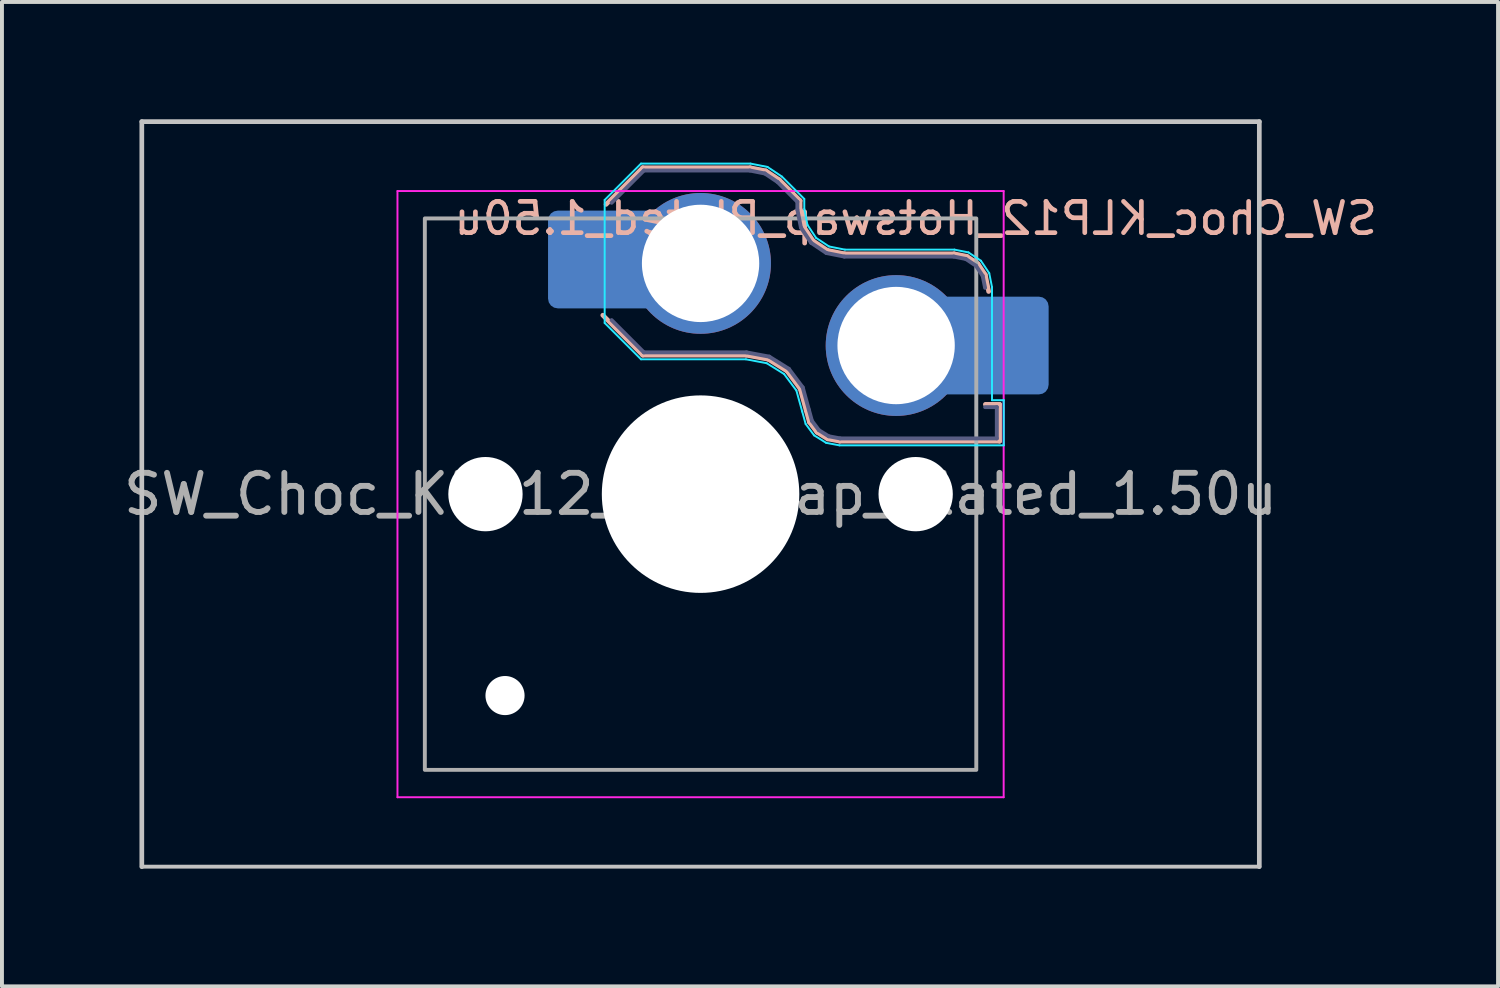
<source format=kicad_pcb>
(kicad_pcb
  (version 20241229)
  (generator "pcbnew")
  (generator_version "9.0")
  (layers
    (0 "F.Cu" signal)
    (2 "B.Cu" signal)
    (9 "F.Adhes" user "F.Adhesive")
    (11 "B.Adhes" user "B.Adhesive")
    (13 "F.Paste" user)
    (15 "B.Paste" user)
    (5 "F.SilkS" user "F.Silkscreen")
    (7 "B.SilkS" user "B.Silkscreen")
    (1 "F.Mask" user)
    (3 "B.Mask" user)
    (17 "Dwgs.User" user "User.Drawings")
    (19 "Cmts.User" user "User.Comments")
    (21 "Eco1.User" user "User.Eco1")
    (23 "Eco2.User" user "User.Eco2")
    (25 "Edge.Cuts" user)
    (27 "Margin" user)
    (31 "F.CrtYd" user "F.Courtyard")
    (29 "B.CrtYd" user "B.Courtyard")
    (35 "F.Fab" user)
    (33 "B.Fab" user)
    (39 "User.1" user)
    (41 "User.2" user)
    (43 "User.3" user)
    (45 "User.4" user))
  (footprint "SW_Choc_KLP12_Hotswap_Plated_1.50u"
    (layer "F.Cu")
    (at 14.863 9.585)
    (property "Reference" "SW_Choc_KLP12_Hotswap_Plated_1.50u" (at 5.5 -7.05 0) (layer "B.SilkS") (effects (font (size 0.8 0.8) (thickness 0.12)) (justify mirror)))
    (attr smd)
    (fp_line (start -2.416 -7.409) (end -1.479 -8.346) (stroke (width 0.12) (type solid)) (layer "B.SilkS"))
    (fp_line (start -1.479 -8.346) (end 1.268 -8.346) (stroke (width 0.12) (type solid)) (layer "B.SilkS"))
    (fp_line (start -1.479 -3.554) (end -2.5 -4.575) (stroke (width 0.12) (type solid)) (layer "B.SilkS"))
    (fp_line (start 1.168 -3.554) (end -1.479 -3.554) (stroke (width 0.12) (type solid)) (layer "B.SilkS"))
    (fp_line (start 1.268 -8.346) (end 1.671 -8.266) (stroke (width 0.12) (type solid)) (layer "B.SilkS"))
    (fp_line (start 1.671 -8.266) (end 2.013 -8.037) (stroke (width 0.12) (type solid)) (layer "B.SilkS"))
    (fp_line (start 1.73 -3.449) (end 1.168 -3.554) (stroke (width 0.12) (type solid)) (layer "B.SilkS"))
    (fp_line (start 2.013 -8.037) (end 2.546 -7.504) (stroke (width 0.12) (type solid)) (layer "B.SilkS"))
    (fp_line (start 2.209 -3.15) (end 1.73 -3.449) (stroke (width 0.12) (type solid)) (layer "B.SilkS"))
    (fp_line (start 2.546 -7.504) (end 2.546 -7.282) (stroke (width 0.12) (type solid)) (layer "B.SilkS"))
    (fp_line (start 2.546 -7.282) (end 2.633 -6.844) (stroke (width 0.12) (type solid)) (layer "B.SilkS"))
    (fp_line (start 2.547 -2.697) (end 2.209 -3.15) (stroke (width 0.12) (type solid)) (layer "B.SilkS"))
    (fp_line (start 2.633 -6.844) (end 2.877 -6.477) (stroke (width 0.12) (type solid)) (layer "B.SilkS"))
    (fp_line (start 2.701 -2.139) (end 2.547 -2.697) (stroke (width 0.12) (type solid)) (layer "B.SilkS"))
    (fp_line (start 2.783 -1.841) (end 2.701 -2.139) (stroke (width 0.12) (type solid)) (layer "B.SilkS"))
    (fp_line (start 2.877 -6.477) (end 3.244 -6.233) (stroke (width 0.12) (type solid)) (layer "B.SilkS"))
    (fp_line (start 2.976 -1.583) (end 2.783 -1.841) (stroke (width 0.12) (type solid)) (layer "B.SilkS"))
    (fp_line (start 3.244 -6.233) (end 3.682 -6.146) (stroke (width 0.12) (type solid)) (layer "B.SilkS"))
    (fp_line (start 3.25 -1.413) (end 2.976 -1.583) (stroke (width 0.12) (type solid)) (layer "B.SilkS"))
    (fp_line (start 3.56 -1.354) (end 3.25 -1.413) (stroke (width 0.12) (type solid)) (layer "B.SilkS"))
    (fp_line (start 3.682 -6.146) (end 6.482 -6.146) (stroke (width 0.12) (type solid)) (layer "B.SilkS"))
    (fp_line (start 6.482 -6.146) (end 6.809 -6.081) (stroke (width 0.12) (type solid)) (layer "B.SilkS"))
    (fp_line (start 6.809 -6.081) (end 7.092 -5.892) (stroke (width 0.12) (type solid)) (layer "B.SilkS"))
    (fp_line (start 7.092 -5.892) (end 7.281 -5.609) (stroke (width 0.12) (type solid)) (layer "B.SilkS"))
    (fp_line (start 7.281 -5.609) (end 7.366 -5.182) (stroke (width 0.12) (type solid)) (layer "B.SilkS"))
    (fp_line (start 7.283 -2.296) (end 7.646 -2.296) (stroke (width 0.12) (type solid)) (layer "B.SilkS"))
    (fp_line (start 7.646 -2.296) (end 7.646 -1.354) (stroke (width 0.12) (type solid)) (layer "B.SilkS"))
    (fp_line (start 7.646 -1.354) (end 3.56 -1.354) (stroke (width 0.12) (type solid)) (layer "B.SilkS"))
    (fp_line (start -14.287 -9.525) (end -14.287 9.525) (stroke (width 0.12) (type default)) (layer "Dwgs.User"))
    (fp_line (start -14.287 -9.525) (end 14.287 -9.525) (stroke (width 0.12) (type default)) (layer "Dwgs.User"))
    (fp_line (start -14.287 9.525) (end 14.287 9.525) (stroke (width 0.1) (type solid)) (layer "Dwgs.User"))
    (fp_line (start 14.287 -9.525) (end 14.287 9.525) (stroke (width 0.12) (type default)) (layer "Dwgs.User"))
    (fp_line (start -2.452 -7.523) (end -1.523 -8.452) (stroke (width 0.05) (type solid)) (layer "B.CrtYd"))
    (fp_line (start -2.452 -4.377) (end -2.452 -7.523) (stroke (width 0.05) (type solid)) (layer "B.CrtYd"))
    (fp_line (start -1.523 -8.452) (end 1.278 -8.452) (stroke (width 0.05) (type default)) (layer "B.CrtYd"))
    (fp_line (start -1.523 -3.448) (end -2.452 -4.377) (stroke (width 0.05) (type solid)) (layer "B.CrtYd"))
    (fp_line (start 1.159 -3.448) (end -1.523 -3.448) (stroke (width 0.05) (type solid)) (layer "B.CrtYd"))
    (fp_line (start 1.278 -8.452) (end 1.712 -8.366) (stroke (width 0.05) (type solid)) (layer "B.CrtYd"))
    (fp_line (start 1.691 -3.348) (end 1.159 -3.448) (stroke (width 0.05) (type solid)) (layer "B.CrtYd"))
    (fp_line (start 1.712 -8.366) (end 2.081 -8.119) (stroke (width 0.05) (type solid)) (layer "B.CrtYd"))
    (fp_line (start 2.081 -8.119) (end 2.652 -7.548) (stroke (width 0.05) (type solid)) (layer "B.CrtYd"))
    (fp_line (start 2.136 -3.071) (end 1.691 -3.348) (stroke (width 0.05) (type solid)) (layer "B.CrtYd"))
    (fp_line (start 2.45 -2.65) (end 2.136 -3.071) (stroke (width 0.05) (type solid)) (layer "B.CrtYd"))
    (fp_line (start 2.599 -2.111) (end 2.45 -2.65) (stroke (width 0.05) (type solid)) (layer "B.CrtYd"))
    (fp_line (start 2.652 -7.548) (end 2.652 -7.292) (stroke (width 0.05) (type solid)) (layer "B.CrtYd"))
    (fp_line (start 2.652 -7.292) (end 2.733 -6.885) (stroke (width 0.05) (type solid)) (layer "B.CrtYd"))
    (fp_line (start 2.687 -1.794) (end 2.599 -2.111) (stroke (width 0.05) (type solid)) (layer "B.CrtYd"))
    (fp_line (start 2.733 -6.885) (end 2.953 -6.553) (stroke (width 0.05) (type solid)) (layer "B.CrtYd"))
    (fp_line (start 2.903 -1.503) (end 2.687 -1.794) (stroke (width 0.05) (type solid)) (layer "B.CrtYd"))
    (fp_line (start 2.953 -6.553) (end 3.285 -6.333) (stroke (width 0.05) (type solid)) (layer "B.CrtYd"))
    (fp_line (start 3.211 -1.312) (end 2.903 -1.503) (stroke (width 0.05) (type solid)) (layer "B.CrtYd"))
    (fp_line (start 3.285 -6.333) (end 3.692 -6.252) (stroke (width 0.05) (type solid)) (layer "B.CrtYd"))
    (fp_line (start 3.55 -1.248) (end 3.211 -1.312) (stroke (width 0.05) (type solid)) (layer "B.CrtYd"))
    (fp_line (start 3.692 -6.252) (end 6.492 -6.252) (stroke (width 0.05) (type solid)) (layer "B.CrtYd"))
    (fp_line (start 6.492 -6.252) (end 6.85 -6.181) (stroke (width 0.05) (type solid)) (layer "B.CrtYd"))
    (fp_line (start 6.85 -6.181) (end 7.168 -5.968) (stroke (width 0.05) (type solid)) (layer "B.CrtYd"))
    (fp_line (start 7.168 -5.968) (end 7.381 -5.65) (stroke (width 0.05) (type solid)) (layer "B.CrtYd"))
    (fp_line (start 7.381 -5.65) (end 7.452 -5.292) (stroke (width 0.05) (type solid)) (layer "B.CrtYd"))
    (fp_line (start 7.452 -5.292) (end 7.452 -2.402) (stroke (width 0.05) (type solid)) (layer "B.CrtYd"))
    (fp_line (start 7.452 -2.402) (end 7.752 -2.402) (stroke (width 0.05) (type solid)) (layer "B.CrtYd"))
    (fp_line (start 7.752 -2.402) (end 7.752 -1.248) (stroke (width 0.05) (type solid)) (layer "B.CrtYd"))
    (fp_line (start 7.752 -1.248) (end 3.55 -1.248) (stroke (width 0.05) (type solid)) (layer "B.CrtYd"))
    (fp_line (start -7.75 7.75) (end -7.75 -7.75) (stroke (width 0.05) (type solid)) (layer "F.CrtYd"))
    (fp_line (start 7.75 -7.75) (end -7.75 -7.75) (stroke (width 0.05) (type solid)) (layer "F.CrtYd"))
    (fp_line (start 7.75 -7.75) (end 7.75 7.75) (stroke (width 0.05) (type solid)) (layer "F.CrtYd"))
    (fp_line (start 7.75 7.75) (end -7.75 7.75) (stroke (width 0.05) (type solid)) (layer "F.CrtYd"))
    (fp_line (start -2.275 -7.45) (end -1.45 -8.275) (stroke (width 0.1) (type solid)) (layer "B.Fab"))
    (fp_line (start -1.45 -8.275) (end 1.261 -8.275) (stroke (width 0.1) (type solid)) (layer "B.Fab"))
    (fp_line (start -1.45 -3.625) (end -2.275 -4.45) (stroke (width 0.1) (type solid)) (layer "B.Fab"))
    (fp_line (start 1.175 -3.625) (end -1.45 -3.625) (stroke (width 0.1) (type solid)) (layer "B.Fab"))
    (fp_line (start 1.261 -8.275) (end 1.643 -8.199) (stroke (width 0.1) (type solid)) (layer "B.Fab"))
    (fp_line (start 1.643 -8.199) (end 1.968 -7.982) (stroke (width 0.1) (type solid)) (layer "B.Fab"))
    (fp_line (start 1.756 -3.516) (end 1.175 -3.625) (stroke (width 0.1) (type solid)) (layer "B.Fab"))
    (fp_line (start 1.968 -7.982) (end 2.475 -7.475) (stroke (width 0.1) (type solid)) (layer "B.Fab"))
    (fp_line (start 2.258 -3.203) (end 1.756 -3.516) (stroke (width 0.1) (type solid)) (layer "B.Fab"))
    (fp_line (start 2.475 -7.475) (end 2.475 -7.275) (stroke (width 0.1) (type solid)) (layer "B.Fab"))
    (fp_line (start 2.475 -7.275) (end 2.566 -6.816) (stroke (width 0.1) (type solid)) (layer "B.Fab"))
    (fp_line (start 2.566 -6.816) (end 2.826 -6.426) (stroke (width 0.1) (type solid)) (layer "B.Fab"))
    (fp_line (start 2.612 -2.729) (end 2.258 -3.203) (stroke (width 0.1) (type solid)) (layer "B.Fab"))
    (fp_line (start 2.769 -2.158) (end 2.612 -2.729) (stroke (width 0.1) (type solid)) (layer "B.Fab"))
    (fp_line (start 2.826 -6.426) (end 3.216 -6.166) (stroke (width 0.1) (type solid)) (layer "B.Fab"))
    (fp_line (start 2.848 -1.873) (end 2.769 -2.158) (stroke (width 0.1) (type solid)) (layer "B.Fab"))
    (fp_line (start 3.025 -1.636) (end 2.848 -1.873) (stroke (width 0.1) (type solid)) (layer "B.Fab"))
    (fp_line (start 3.216 -6.166) (end 3.675 -6.075) (stroke (width 0.1) (type solid)) (layer "B.Fab"))
    (fp_line (start 3.276 -1.48) (end 3.025 -1.636) (stroke (width 0.1) (type solid)) (layer "B.Fab"))
    (fp_line (start 3.567 -1.425) (end 3.276 -1.48) (stroke (width 0.1) (type solid)) (layer "B.Fab"))
    (fp_line (start 3.675 -6.075) (end 6.475 -6.075) (stroke (width 0.1) (type solid)) (layer "B.Fab"))
    (fp_line (start 6.475 -6.075) (end 6.781 -6.014) (stroke (width 0.1) (type solid)) (layer "B.Fab"))
    (fp_line (start 6.781 -6.014) (end 7.041 -5.841) (stroke (width 0.1) (type solid)) (layer "B.Fab"))
    (fp_line (start 7.041 -5.841) (end 7.214 -5.581) (stroke (width 0.1) (type solid)) (layer "B.Fab"))
    (fp_line (start 7.214 -5.581) (end 7.275 -5.275) (stroke (width 0.1) (type solid)) (layer "B.Fab"))
    (fp_line (start 7.275 -2.225) (end 7.575 -2.225) (stroke (width 0.1) (type solid)) (layer "B.Fab"))
    (fp_line (start 7.575 -2.225) (end 7.575 -1.425) (stroke (width 0.1) (type solid)) (layer "B.Fab"))
    (fp_line (start 7.575 -1.425) (end 3.567 -1.425) (stroke (width 0.1) (type solid)) (layer "B.Fab"))
    (fp_rect (start -7.05 -7.05) (end 7.05 7.05) (stroke (width 0.1) (type default)) (fill no) (layer "F.Fab"))
    (fp_text user "${REFERENCE}" (at 0 0 0) (layer "F.Fab") (effects (font (size 1 1) (thickness 0.15))))
    (pad "" np_thru_hole circle (at -5.5 0) (size 1.9 1.9) (drill 1.9) (layers "*.Cu" "*.Mask"))
    (pad "" np_thru_hole circle (at -5 5.15) (size 1 1) (drill 1) (layers "*.Cu" "*.Mask"))
    (pad "" smd roundrect (at -3.1 -6) (size 1.6 2.5) (layers "B.Paste") (roundrect_rratio 0.156))
    (pad "" np_thru_hole circle (at 0 0) (size 5.05 5.05) (drill 5.05) (layers "*.Cu" "*.Mask"))
    (pad "" np_thru_hole circle (at 5.5 0) (size 1.9 1.9) (drill 1.9) (layers "*.Cu" "*.Mask"))
    (pad "" smd roundrect (at 8.1 -3.8) (size 1.6 2.5) (layers "B.Paste") (roundrect_rratio 0.156))
    (pad "1" thru_hole circle (at 5 -3.8) (size 3.6 3.6) (drill 3) (layers "*.Cu" "*.Mask"))
    (pad "1" smd roundrect (at 6.975 -3.8) (size 3.85 2.5) (layers "B.Cu") (roundrect_rratio 0.1))
    (pad "2" smd roundrect (at -1.975 -6) (size 3.85 2.5) (layers "B.Cu") (roundrect_rratio 0.1))
    (pad "2" thru_hole circle (at 0 -5.9) (size 3.6 3.6) (drill 3) (layers "*.Cu" "*.Mask")))
  (gr_rect
    (start -3 -3)
    (end 35.254 22.17)
    (stroke (width 0.1) (type default))
    (fill no)
    (layer "Edge.Cuts")))
</source>
